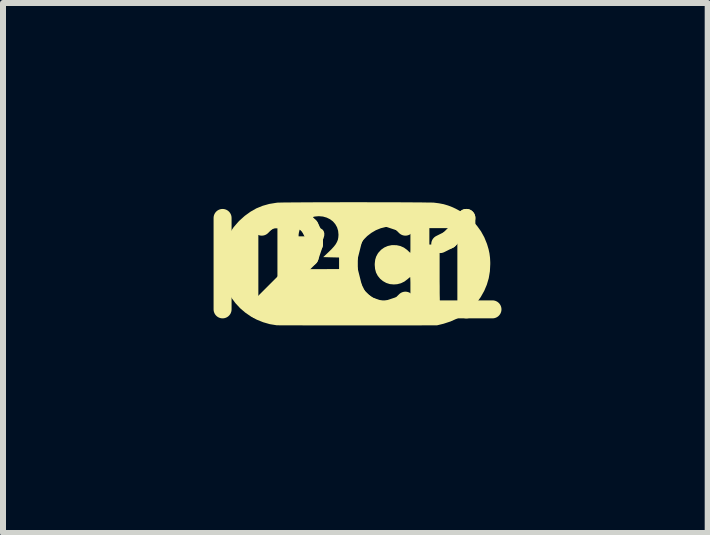
<source format=kicad_pcb>
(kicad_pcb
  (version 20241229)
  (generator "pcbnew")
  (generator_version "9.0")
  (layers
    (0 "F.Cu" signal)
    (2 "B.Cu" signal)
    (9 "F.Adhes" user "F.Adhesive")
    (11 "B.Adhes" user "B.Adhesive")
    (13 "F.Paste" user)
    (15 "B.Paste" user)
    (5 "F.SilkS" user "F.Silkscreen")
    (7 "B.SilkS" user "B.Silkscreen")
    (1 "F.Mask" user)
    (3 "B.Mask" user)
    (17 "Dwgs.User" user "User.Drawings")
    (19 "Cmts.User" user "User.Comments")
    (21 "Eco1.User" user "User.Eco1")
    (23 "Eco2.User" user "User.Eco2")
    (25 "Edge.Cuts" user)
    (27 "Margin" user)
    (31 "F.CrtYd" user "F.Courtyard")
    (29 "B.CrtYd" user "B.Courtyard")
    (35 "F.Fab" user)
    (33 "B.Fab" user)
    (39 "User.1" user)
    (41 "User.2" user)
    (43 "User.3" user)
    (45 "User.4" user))
  (footprint "I2C1"
    (layer "F.Cu")
    (at 2.874 1.418)
    (property "Reference" "I2C1" (at 0 0 0) (layer "F.SilkS") (effects (font (size 1.524 1.524) (thickness 0.3))))
    (attr board_only exclude_from_pos_files exclude_from_bom)
    (fp_poly (pts (xy 0.147 -1.097) (xy 0.264 -1.096) (xy 0.379 -1.096) (xy 0.492 -1.096) (xy 0.601 -1.096) (xy 0.705 -1.096) (xy 0.804 -1.095) (xy 0.897 -1.095) (xy 0.983 -1.094) (xy 1.06 -1.094) (xy 1.129 -1.093) (xy 1.188 -1.092) (xy 1.237 -1.092) (xy 1.274 -1.091) (xy 1.299 -1.09) (xy 1.308 -1.09) (xy 1.394 -1.079) (xy 1.472 -1.064) (xy 1.546 -1.042) (xy 1.621 -1.013) (xy 1.676 -0.987) (xy 1.764 -0.939) (xy 1.843 -0.885) (xy 1.918 -0.822) (xy 1.95 -0.791) (xy 2.028 -0.704) (xy 2.095 -0.611) (xy 2.15 -0.511) (xy 2.194 -0.403) (xy 2.199 -0.387) (xy 2.221 -0.313) (xy 2.236 -0.243) (xy 2.245 -0.173) (xy 2.249 -0.096) (xy 2.249 -0.065) (xy 2.243 0.055) (xy 2.224 0.169) (xy 2.192 0.278) (xy 2.148 0.382) (xy 2.091 0.483) (xy 2.051 0.54) (xy 1.976 0.631) (xy 1.892 0.712) (xy 1.798 0.782) (xy 1.697 0.842) (xy 1.587 0.891) (xy 1.471 0.929) (xy 1.426 0.94) (xy 1.36 0.956) (xy 0.038 0.957) (xy -0.096 0.957) (xy -0.227 0.957) (xy -0.353 0.957) (xy -0.475 0.957) (xy -0.591 0.957) (xy -0.7 0.957) (xy -0.803 0.957) (xy -0.899 0.956) (xy -0.986 0.956) (xy -1.064 0.956) (xy -1.133 0.956) (xy -1.191 0.956) (xy -1.239 0.956) (xy -1.274 0.955) (xy -1.298 0.955) (xy -1.309 0.955) (xy -1.309 0.955) (xy -1.426 0.936) (xy -1.537 0.904) (xy -1.644 0.861) (xy -1.743 0.807) (xy -1.836 0.743) (xy -1.921 0.67) (xy -1.998 0.587) (xy -2.065 0.497) (xy -2.122 0.4) (xy -2.168 0.296) (xy -2.203 0.187) (xy -2.226 0.072) (xy -2.228 0.057) (xy -2.232 0.005) (xy -2.233 -0.056) (xy -2.231 -0.121) (xy -2.227 -0.185) (xy -2.22 -0.243) (xy -2.214 -0.276) (xy -2.184 -0.387) (xy -2.144 -0.49) (xy -2.093 -0.587) (xy -2.039 -0.665) (xy -1.617 -0.665) (xy -1.617 0.555) (xy -1.458 0.554) (xy -1.299 0.552) (xy -1.299 0.015) (xy -0.96 0.015) (xy -0.953 0.016) (xy -0.934 0.017) (xy -0.904 0.018) (xy -0.864 0.019) (xy -0.815 0.019) (xy -0.759 0.019) (xy -0.698 0.019) (xy -0.631 0.019) (xy -0.615 0.019) (xy -0.271 0.017) (xy -0.271 -0.075) (xy -0.013 -0.075) (xy -0.012 -0.024) (xy -0.008 0.026) (xy -0.003 0.071) (xy 0.004 0.103) (xy 0.016 0.143) (xy 0.035 0.189) (xy 0.058 0.237) (xy 0.082 0.282) (xy 0.103 0.316) (xy 0.158 0.384) (xy 0.222 0.444) (xy 0.296 0.495) (xy 0.377 0.536) (xy 0.464 0.566) (xy 0.54 0.582) (xy 0.575 0.586) (xy 0.619 0.586) (xy 0.667 0.584) (xy 0.714 0.58) (xy 0.756 0.573) (xy 0.76 0.572) (xy 0.792 0.565) (xy 0.828 0.555) (xy 0.862 0.545) (xy 0.863 0.544) (xy 0.918 0.526) (xy 0.918 0.338) (xy 0.918 0.289) (xy 0.918 0.245) (xy 0.917 0.207) (xy 0.916 0.178) (xy 0.915 0.158) (xy 0.914 0.151) (xy 0.914 0.151) (xy 0.908 0.155) (xy 0.894 0.166) (xy 0.875 0.182) (xy 0.873 0.184) (xy 0.818 0.226) (xy 0.76 0.254) (xy 0.698 0.27) (xy 0.641 0.274) (xy 0.575 0.268) (xy 0.515 0.249) (xy 0.46 0.218) (xy 0.414 0.18) (xy 0.374 0.131) (xy 0.345 0.076) (xy 0.329 0.016) (xy 0.323 -0.052) (xy 0.324 -0.079) (xy 0.331 -0.139) (xy 0.347 -0.191) (xy 0.373 -0.239) (xy 0.384 -0.255) (xy 0.429 -0.304) (xy 0.481 -0.341) (xy 0.54 -0.367) (xy 0.605 -0.381) (xy 0.62 -0.382) (xy 0.689 -0.38) (xy 0.752 -0.366) (xy 0.81 -0.34) (xy 0.864 -0.301) (xy 0.874 -0.291) (xy 0.892 -0.274) (xy 0.907 -0.26) (xy 0.915 -0.254) (xy 0.916 -0.254) (xy 0.916 -0.26) (xy 0.917 -0.279) (xy 0.918 -0.307) (xy 0.918 -0.345) (xy 0.918 -0.389) (xy 0.918 -0.391) (xy 1.234 -0.391) (xy 1.405 -0.391) (xy 1.405 0.078) (xy 1.405 0.157) (xy 1.405 0.231) (xy 1.406 0.301) (xy 1.406 0.365) (xy 1.406 0.42) (xy 1.407 0.468) (xy 1.408 0.506) (xy 1.408 0.533) (xy 1.409 0.548) (xy 1.41 0.551) (xy 1.417 0.552) (xy 1.437 0.553) (xy 1.466 0.554) (xy 1.503 0.555) (xy 1.546 0.555) (xy 1.571 0.555) (xy 1.727 0.555) (xy 1.727 -0.665) (xy 1.234 -0.665) (xy 1.234 -0.391) (xy 0.918 -0.391) (xy 0.918 -0.437) (xy 0.918 -0.442) (xy 0.918 -0.631) (xy 0.895 -0.641) (xy 0.853 -0.656) (xy 0.803 -0.67) (xy 0.75 -0.682) (xy 0.701 -0.69) (xy 0.689 -0.692) (xy 0.597 -0.694) (xy 0.508 -0.684) (xy 0.423 -0.663) (xy 0.342 -0.63) (xy 0.267 -0.586) (xy 0.198 -0.533) (xy 0.137 -0.471) (xy 0.085 -0.402) (xy 0.043 -0.325) (xy 0.011 -0.242) (xy -0.007 -0.162) (xy -0.011 -0.123) (xy -0.013 -0.075) (xy -0.271 -0.075) (xy -0.271 -0.175) (xy -0.403 -0.178) (xy -0.535 -0.182) (xy -0.447 -0.265) (xy -0.397 -0.314) (xy -0.357 -0.358) (xy -0.327 -0.397) (xy -0.306 -0.435) (xy -0.291 -0.472) (xy -0.284 -0.511) (xy -0.281 -0.553) (xy -0.281 -0.556) (xy -0.287 -0.62) (xy -0.305 -0.679) (xy -0.335 -0.732) (xy -0.374 -0.777) (xy -0.422 -0.813) (xy -0.477 -0.84) (xy -0.54 -0.858) (xy -0.609 -0.864) (xy -0.61 -0.864) (xy -0.678 -0.858) (xy -0.741 -0.84) (xy -0.798 -0.812) (xy -0.847 -0.774) (xy -0.887 -0.727) (xy -0.907 -0.694) (xy -0.921 -0.661) (xy -0.933 -0.623) (xy -0.942 -0.585) (xy -0.946 -0.554) (xy -0.946 -0.55) (xy -0.946 -0.528) (xy -0.699 -0.528) (xy -0.699 -0.559) (xy -0.694 -0.599) (xy -0.68 -0.63) (xy -0.657 -0.651) (xy -0.626 -0.662) (xy -0.601 -0.663) (xy -0.567 -0.654) (xy -0.542 -0.636) (xy -0.525 -0.609) (xy -0.517 -0.575) (xy -0.519 -0.537) (xy -0.531 -0.495) (xy -0.539 -0.477) (xy -0.554 -0.449) (xy -0.571 -0.422) (xy -0.592 -0.392) (xy -0.616 -0.36) (xy -0.646 -0.324) (xy -0.682 -0.283) (xy -0.726 -0.235) (xy -0.777 -0.181) (xy -0.828 -0.127) (xy -0.862 -0.091) (xy -0.893 -0.058) (xy -0.92 -0.03) (xy -0.94 -0.007) (xy -0.954 0.008) (xy -0.959 0.015) (xy -0.96 0.015) (xy -1.299 0.015) (xy -1.299 -0.661) (xy -1.458 -0.663) (xy -1.617 -0.665) (xy -2.039 -0.665) (xy -2.03 -0.679) (xy -1.954 -0.767) (xy -1.933 -0.789) (xy -1.843 -0.87) (xy -1.749 -0.938) (xy -1.651 -0.994) (xy -1.546 -1.037) (xy -1.436 -1.068) (xy -1.32 -1.087) (xy -1.295 -1.09) (xy -1.279 -1.09) (xy -1.249 -1.091) (xy -1.207 -1.092) (xy -1.155 -1.093) (xy -1.092 -1.093) (xy -1.019 -1.094) (xy -0.938 -1.094) (xy -0.85 -1.095) (xy -0.755 -1.095) (xy -0.654 -1.096) (xy -0.547 -1.096) (xy -0.437 -1.096) (xy -0.323 -1.096) (xy -0.207 -1.097) (xy -0.09 -1.097) (xy 0.029 -1.097)) (stroke (width 0) (type solid)) (fill yes) (layer "F.SilkS")))
  (gr_rect
    (start -3 -3)
    (end 8.748 5.836)
    (stroke (width 0.1) (type default))
    (fill no)
    (layer "Edge.Cuts")))
</source>
